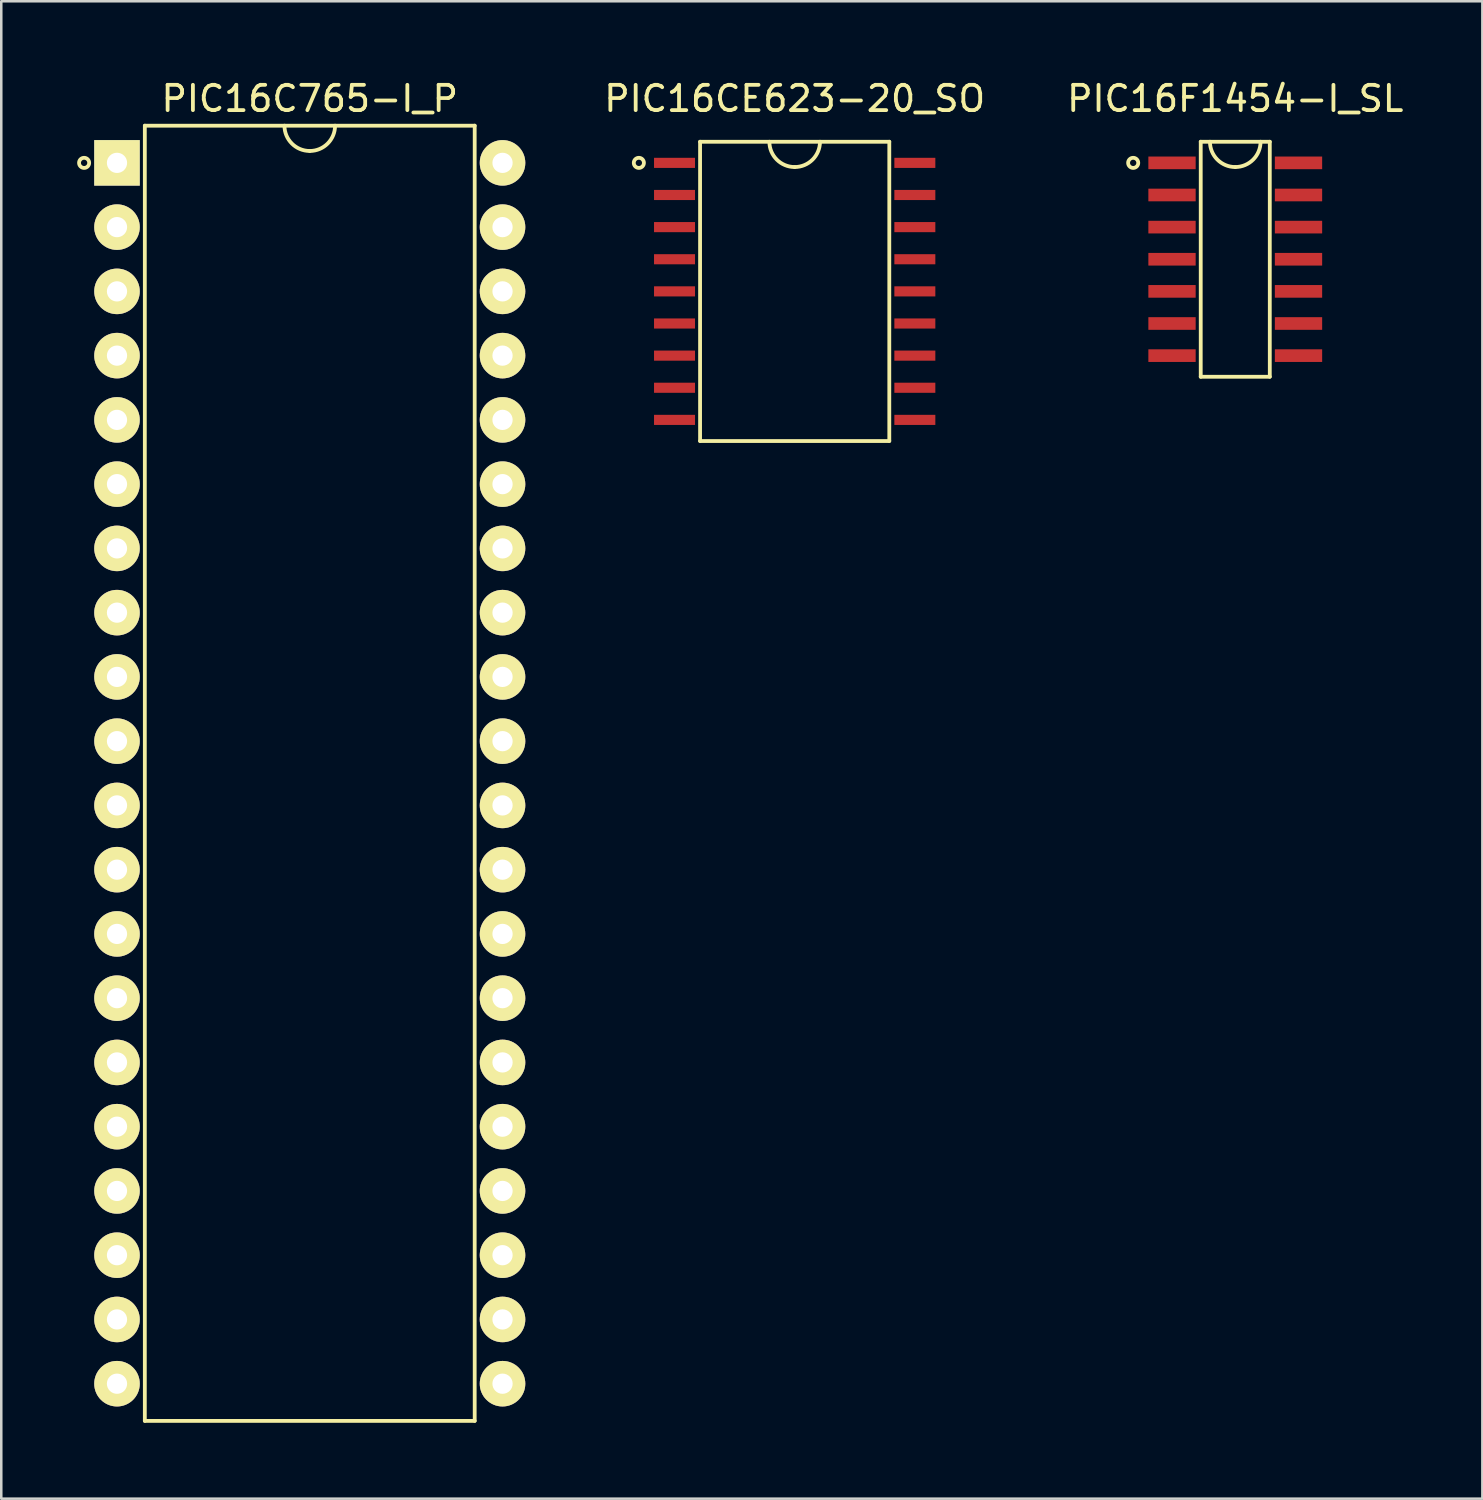
<source format=kicad_pcb>
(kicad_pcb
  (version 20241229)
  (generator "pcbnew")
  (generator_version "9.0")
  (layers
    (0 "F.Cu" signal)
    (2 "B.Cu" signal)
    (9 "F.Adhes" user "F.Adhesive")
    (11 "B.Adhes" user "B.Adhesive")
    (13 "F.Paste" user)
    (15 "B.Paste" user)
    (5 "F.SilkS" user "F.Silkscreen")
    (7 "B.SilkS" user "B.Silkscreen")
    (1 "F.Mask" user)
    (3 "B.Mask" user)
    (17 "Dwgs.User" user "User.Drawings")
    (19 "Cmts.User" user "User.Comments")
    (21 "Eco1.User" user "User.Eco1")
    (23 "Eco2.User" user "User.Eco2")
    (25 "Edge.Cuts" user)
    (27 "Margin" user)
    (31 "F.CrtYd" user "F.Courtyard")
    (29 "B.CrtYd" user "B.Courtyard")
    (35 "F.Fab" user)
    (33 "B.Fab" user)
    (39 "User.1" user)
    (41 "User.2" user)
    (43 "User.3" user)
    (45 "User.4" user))
  (footprint "PIC16F1454-I_SL"
    (layer "F.Cu")
    (at 43.28 3.388)
    (property "Reference" "PIC16F1454-I_SL" (at 2.5 -2.54 0) (layer "F.SilkS") (effects (font (size 1 1) (thickness 0.15))))
    (attr through_hole)
    (fp_line (start 1.135 -0.835) (end 3.865 -0.835) (stroke (width 0.15) (type solid)) (layer "F.SilkS"))
    (fp_line (start 1.135 8.455) (end 1.135 -0.835) (stroke (width 0.15) (type solid)) (layer "F.SilkS"))
    (fp_line (start 3.865 -0.835) (end 3.865 8.455) (stroke (width 0.15) (type solid)) (layer "F.SilkS"))
    (fp_line (start 3.865 8.455) (end 1.135 8.455) (stroke (width 0.15) (type solid)) (layer "F.SilkS"))
    (fp_arc (start 2.5 0.165) (mid 1.792893 -0.127893) (end 1.5 -0.835) (stroke (width 0.15) (type solid)) (layer "F.SilkS"))
    (fp_arc (start 3.5 -0.835) (mid 3.207107 -0.127893) (end 2.5 0.165) (stroke (width 0.15) (type solid)) (layer "F.SilkS"))
    (fp_circle (center -1.535 0) (end -1.535 0.2) (stroke (width 0.15) (type solid)) (fill no) (layer "F.SilkS"))
    (pad "1" smd rect (at 0 0) (size 1.87 0.5) (layers "F.Cu" "F.Mask" "F.Paste"))
    (pad "2" smd rect (at 0 1.27) (size 1.87 0.5) (layers "F.Cu" "F.Mask" "F.Paste"))
    (pad "3" smd rect (at 0 2.54) (size 1.87 0.5) (layers "F.Cu" "F.Mask" "F.Paste"))
    (pad "4" smd rect (at 0 3.81) (size 1.87 0.5) (layers "F.Cu" "F.Mask" "F.Paste"))
    (pad "5" smd rect (at 0 5.08) (size 1.87 0.5) (layers "F.Cu" "F.Mask" "F.Paste"))
    (pad "6" smd rect (at 0 6.35) (size 1.87 0.5) (layers "F.Cu" "F.Mask" "F.Paste"))
    (pad "7" smd rect (at 0 7.62) (size 1.87 0.5) (layers "F.Cu" "F.Mask" "F.Paste"))
    (pad "8" smd rect (at 5 7.62) (size 1.87 0.5) (layers "F.Cu" "F.Mask" "F.Paste"))
    (pad "9" smd rect (at 5 6.35) (size 1.87 0.5) (layers "F.Cu" "F.Mask" "F.Paste"))
    (pad "10" smd rect (at 5 5.08) (size 1.87 0.5) (layers "F.Cu" "F.Mask" "F.Paste"))
    (pad "11" smd rect (at 5 3.81) (size 1.87 0.5) (layers "F.Cu" "F.Mask" "F.Paste"))
    (pad "12" smd rect (at 5 2.54) (size 1.87 0.5) (layers "F.Cu" "F.Mask" "F.Paste"))
    (pad "13" smd rect (at 5 1.27) (size 1.87 0.5) (layers "F.Cu" "F.Mask" "F.Paste"))
    (pad "14" smd rect (at 5 0) (size 1.87 0.5) (layers "F.Cu" "F.Mask" "F.Paste")))
  (footprint "PIC16C765-I_P"
    (layer "F.Cu")
    (at 1.575 3.388)
    (property "Reference" "PIC16C765-I_P" (at 7.62 -2.54 0) (layer "F.SilkS") (effects (font (size 1 1) (thickness 0.15))))
    (attr through_hole)
    (fp_line (start 1.1 -1.47) (end 14.14 -1.47) (stroke (width 0.15) (type solid)) (layer "F.SilkS"))
    (fp_line (start 1.1 49.73) (end 1.1 -1.47) (stroke (width 0.15) (type solid)) (layer "F.SilkS"))
    (fp_line (start 14.14 -1.47) (end 14.14 49.73) (stroke (width 0.15) (type solid)) (layer "F.SilkS"))
    (fp_line (start 14.14 49.73) (end 1.1 49.73) (stroke (width 0.15) (type solid)) (layer "F.SilkS"))
    (fp_arc (start 7.62 -0.47) (mid 6.912893 -0.762893) (end 6.62 -1.47) (stroke (width 0.15) (type solid)) (layer "F.SilkS"))
    (fp_arc (start 8.62 -1.47) (mid 8.327107 -0.762893) (end 7.62 -0.47) (stroke (width 0.15) (type solid)) (layer "F.SilkS"))
    (fp_circle (center -1.3 0) (end -1.3 0.2) (stroke (width 0.15) (type solid)) (fill no) (layer "F.SilkS"))
    (pad "1" thru_hole rect (at 0 0) (size 1.8 1.8) (drill 0.8) (layers "*.Cu" "*.Mask" "F.SilkS"))
    (pad "2" thru_hole circle (at 0 2.54) (size 1.8 1.8) (drill 0.8) (layers "*.Cu" "*.Mask" "F.SilkS"))
    (pad "3" thru_hole circle (at 0 5.08) (size 1.8 1.8) (drill 0.8) (layers "*.Cu" "*.Mask" "F.SilkS"))
    (pad "4" thru_hole circle (at 0 7.62) (size 1.8 1.8) (drill 0.8) (layers "*.Cu" "*.Mask" "F.SilkS"))
    (pad "5" thru_hole circle (at 0 10.16) (size 1.8 1.8) (drill 0.8) (layers "*.Cu" "*.Mask" "F.SilkS"))
    (pad "6" thru_hole circle (at 0 12.7) (size 1.8 1.8) (drill 0.8) (layers "*.Cu" "*.Mask" "F.SilkS"))
    (pad "7" thru_hole circle (at 0 15.24) (size 1.8 1.8) (drill 0.8) (layers "*.Cu" "*.Mask" "F.SilkS"))
    (pad "8" thru_hole circle (at 0 17.78) (size 1.8 1.8) (drill 0.8) (layers "*.Cu" "*.Mask" "F.SilkS"))
    (pad "9" thru_hole circle (at 0 20.32) (size 1.8 1.8) (drill 0.8) (layers "*.Cu" "*.Mask" "F.SilkS"))
    (pad "10" thru_hole circle (at 0 22.86) (size 1.8 1.8) (drill 0.8) (layers "*.Cu" "*.Mask" "F.SilkS"))
    (pad "11" thru_hole circle (at 0 25.4) (size 1.8 1.8) (drill 0.8) (layers "*.Cu" "*.Mask" "F.SilkS"))
    (pad "12" thru_hole circle (at 0 27.94) (size 1.8 1.8) (drill 0.8) (layers "*.Cu" "*.Mask" "F.SilkS"))
    (pad "13" thru_hole circle (at 0 30.48) (size 1.8 1.8) (drill 0.8) (layers "*.Cu" "*.Mask" "F.SilkS"))
    (pad "14" thru_hole circle (at 0 33.02) (size 1.8 1.8) (drill 0.8) (layers "*.Cu" "*.Mask" "F.SilkS"))
    (pad "15" thru_hole circle (at 0 35.56) (size 1.8 1.8) (drill 0.8) (layers "*.Cu" "*.Mask" "F.SilkS"))
    (pad "16" thru_hole circle (at 0 38.1) (size 1.8 1.8) (drill 0.8) (layers "*.Cu" "*.Mask" "F.SilkS"))
    (pad "17" thru_hole circle (at 0 40.64) (size 1.8 1.8) (drill 0.8) (layers "*.Cu" "*.Mask" "F.SilkS"))
    (pad "18" thru_hole circle (at 0 43.18) (size 1.8 1.8) (drill 0.8) (layers "*.Cu" "*.Mask" "F.SilkS"))
    (pad "19" thru_hole circle (at 0 45.72) (size 1.8 1.8) (drill 0.8) (layers "*.Cu" "*.Mask" "F.SilkS"))
    (pad "20" thru_hole circle (at 0 48.26) (size 1.8 1.8) (drill 0.8) (layers "*.Cu" "*.Mask" "F.SilkS"))
    (pad "21" thru_hole circle (at 15.24 48.26) (size 1.8 1.8) (drill 0.8) (layers "*.Cu" "*.Mask" "F.SilkS"))
    (pad "22" thru_hole circle (at 15.24 45.72) (size 1.8 1.8) (drill 0.8) (layers "*.Cu" "*.Mask" "F.SilkS"))
    (pad "23" thru_hole circle (at 15.24 43.18) (size 1.8 1.8) (drill 0.8) (layers "*.Cu" "*.Mask" "F.SilkS"))
    (pad "24" thru_hole circle (at 15.24 40.64) (size 1.8 1.8) (drill 0.8) (layers "*.Cu" "*.Mask" "F.SilkS"))
    (pad "25" thru_hole circle (at 15.24 38.1) (size 1.8 1.8) (drill 0.8) (layers "*.Cu" "*.Mask" "F.SilkS"))
    (pad "26" thru_hole circle (at 15.24 35.56) (size 1.8 1.8) (drill 0.8) (layers "*.Cu" "*.Mask" "F.SilkS"))
    (pad "27" thru_hole circle (at 15.24 33.02) (size 1.8 1.8) (drill 0.8) (layers "*.Cu" "*.Mask" "F.SilkS"))
    (pad "28" thru_hole circle (at 15.24 30.48) (size 1.8 1.8) (drill 0.8) (layers "*.Cu" "*.Mask" "F.SilkS"))
    (pad "29" thru_hole circle (at 15.24 27.94) (size 1.8 1.8) (drill 0.8) (layers "*.Cu" "*.Mask" "F.SilkS"))
    (pad "30" thru_hole circle (at 15.24 25.4) (size 1.8 1.8) (drill 0.8) (layers "*.Cu" "*.Mask" "F.SilkS"))
    (pad "31" thru_hole circle (at 15.24 22.86) (size 1.8 1.8) (drill 0.8) (layers "*.Cu" "*.Mask" "F.SilkS"))
    (pad "32" thru_hole circle (at 15.24 20.32) (size 1.8 1.8) (drill 0.8) (layers "*.Cu" "*.Mask" "F.SilkS"))
    (pad "33" thru_hole circle (at 15.24 17.78) (size 1.8 1.8) (drill 0.8) (layers "*.Cu" "*.Mask" "F.SilkS"))
    (pad "34" thru_hole circle (at 15.24 15.24) (size 1.8 1.8) (drill 0.8) (layers "*.Cu" "*.Mask" "F.SilkS"))
    (pad "35" thru_hole circle (at 15.24 12.7) (size 1.8 1.8) (drill 0.8) (layers "*.Cu" "*.Mask" "F.SilkS"))
    (pad "36" thru_hole circle (at 15.24 10.16) (size 1.8 1.8) (drill 0.8) (layers "*.Cu" "*.Mask" "F.SilkS"))
    (pad "37" thru_hole circle (at 15.24 7.62) (size 1.8 1.8) (drill 0.8) (layers "*.Cu" "*.Mask" "F.SilkS"))
    (pad "38" thru_hole circle (at 15.24 5.08) (size 1.8 1.8) (drill 0.8) (layers "*.Cu" "*.Mask" "F.SilkS"))
    (pad "39" thru_hole circle (at 15.24 2.54) (size 1.8 1.8) (drill 0.8) (layers "*.Cu" "*.Mask" "F.SilkS"))
    (pad "40" thru_hole circle (at 15.24 0) (size 1.8 1.8) (drill 0.8) (layers "*.Cu" "*.Mask" "F.SilkS")))
  (footprint "PIC16CE623-20_SO"
    (layer "F.Cu")
    (at 23.614 3.388)
    (property "Reference" "PIC16CE623-20_SO" (at 4.75 -2.54 0) (layer "F.SilkS") (effects (font (size 1 1) (thickness 0.15))))
    (attr through_hole)
    (fp_line (start 1.01 -0.835) (end 8.49 -0.835) (stroke (width 0.15) (type solid)) (layer "F.SilkS"))
    (fp_line (start 1.01 10.995) (end 1.01 -0.835) (stroke (width 0.15) (type solid)) (layer "F.SilkS"))
    (fp_line (start 8.49 -0.835) (end 8.49 10.995) (stroke (width 0.15) (type solid)) (layer "F.SilkS"))
    (fp_line (start 8.49 10.995) (end 1.01 10.995) (stroke (width 0.15) (type solid)) (layer "F.SilkS"))
    (fp_arc (start 4.75 0.165) (mid 4.042893 -0.127893) (end 3.75 -0.835) (stroke (width 0.15) (type solid)) (layer "F.SilkS"))
    (fp_arc (start 5.75 -0.835) (mid 5.457107 -0.127893) (end 4.75 0.165) (stroke (width 0.15) (type solid)) (layer "F.SilkS"))
    (fp_circle (center -1.41 0) (end -1.41 0.2) (stroke (width 0.15) (type solid)) (fill no) (layer "F.SilkS"))
    (pad "1" smd rect (at 0 0) (size 1.62 0.4) (layers "F.Cu" "F.Mask" "F.Paste"))
    (pad "2" smd rect (at 0 1.27) (size 1.62 0.4) (layers "F.Cu" "F.Mask" "F.Paste"))
    (pad "3" smd rect (at 0 2.54) (size 1.62 0.4) (layers "F.Cu" "F.Mask" "F.Paste"))
    (pad "4" smd rect (at 0 3.81) (size 1.62 0.4) (layers "F.Cu" "F.Mask" "F.Paste"))
    (pad "5" smd rect (at 0 5.08) (size 1.62 0.4) (layers "F.Cu" "F.Mask" "F.Paste"))
    (pad "6" smd rect (at 0 6.35) (size 1.62 0.4) (layers "F.Cu" "F.Mask" "F.Paste"))
    (pad "7" smd rect (at 0 7.62) (size 1.62 0.4) (layers "F.Cu" "F.Mask" "F.Paste"))
    (pad "8" smd rect (at 0 8.89) (size 1.62 0.4) (layers "F.Cu" "F.Mask" "F.Paste"))
    (pad "9" smd rect (at 0 10.16) (size 1.62 0.4) (layers "F.Cu" "F.Mask" "F.Paste"))
    (pad "10" smd rect (at 9.5 10.16) (size 1.62 0.4) (layers "F.Cu" "F.Mask" "F.Paste"))
    (pad "11" smd rect (at 9.5 8.89) (size 1.62 0.4) (layers "F.Cu" "F.Mask" "F.Paste"))
    (pad "12" smd rect (at 9.5 7.62) (size 1.62 0.4) (layers "F.Cu" "F.Mask" "F.Paste"))
    (pad "13" smd rect (at 9.5 6.35) (size 1.62 0.4) (layers "F.Cu" "F.Mask" "F.Paste"))
    (pad "14" smd rect (at 9.5 5.08) (size 1.62 0.4) (layers "F.Cu" "F.Mask" "F.Paste"))
    (pad "15" smd rect (at 9.5 3.81) (size 1.62 0.4) (layers "F.Cu" "F.Mask" "F.Paste"))
    (pad "16" smd rect (at 9.5 2.54) (size 1.62 0.4) (layers "F.Cu" "F.Mask" "F.Paste"))
    (pad "17" smd rect (at 9.5 1.27) (size 1.62 0.4) (layers "F.Cu" "F.Mask" "F.Paste"))
    (pad "18" smd rect (at 9.5 0) (size 1.62 0.4) (layers "F.Cu" "F.Mask" "F.Paste")))
  (gr_rect
    (start -3 -3)
    (end 55.548 56.193)
    (stroke (width 0.1) (type default))
    (fill no)
    (layer "Edge.Cuts")))
</source>
